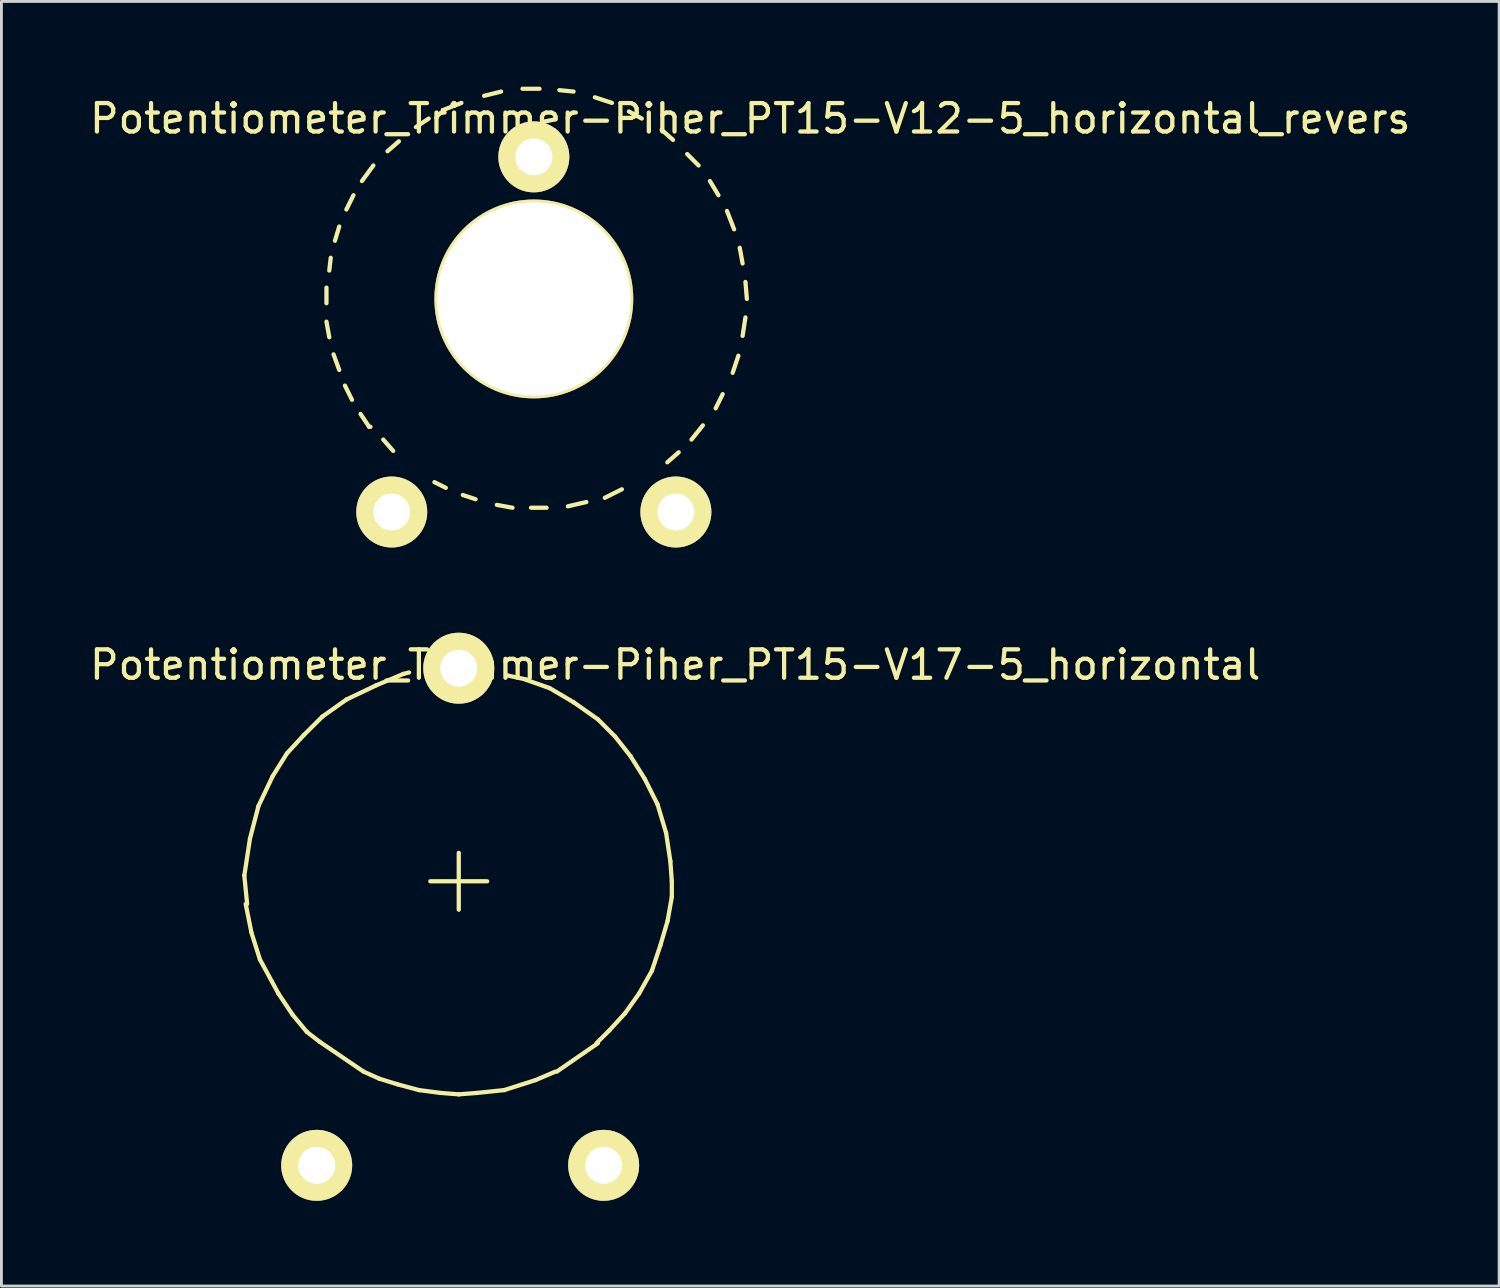
<source format=kicad_pcb>
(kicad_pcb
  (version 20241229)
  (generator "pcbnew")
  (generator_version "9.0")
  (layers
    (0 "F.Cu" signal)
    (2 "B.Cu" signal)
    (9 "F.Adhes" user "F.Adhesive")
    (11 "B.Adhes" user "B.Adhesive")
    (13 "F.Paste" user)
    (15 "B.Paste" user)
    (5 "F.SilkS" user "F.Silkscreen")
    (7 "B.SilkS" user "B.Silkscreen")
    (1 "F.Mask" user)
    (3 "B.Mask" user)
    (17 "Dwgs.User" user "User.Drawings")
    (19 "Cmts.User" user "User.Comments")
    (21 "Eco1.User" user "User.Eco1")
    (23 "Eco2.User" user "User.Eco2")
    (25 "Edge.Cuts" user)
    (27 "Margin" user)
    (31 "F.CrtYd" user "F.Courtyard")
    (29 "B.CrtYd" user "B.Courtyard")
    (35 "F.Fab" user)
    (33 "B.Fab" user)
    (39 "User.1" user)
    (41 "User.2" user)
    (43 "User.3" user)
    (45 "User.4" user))
  (footprint "Potentiometer_Trimmer-Piher_PT15-V12-5_horizontal_revers"
    (layer "F.Cu")
    (at 20.744 14.975)
    (property "Reference" "Potentiometer_Trimmer-Piher_PT15-V12-5_horizontal_revers" (at 2.619 -13.851 0) (layer "F.SilkS") (effects (font (size 1 1) (thickness 0.15))))
    (attr through_hole)
    (fp_line (start -12.301 -7.899) (end -12.301 -7.351) (stroke (width 0.15) (type solid)) (layer "F.SilkS"))
    (fp_line (start -12.301 -6.701) (end -12.202 -6.152) (stroke (width 0.15) (type solid)) (layer "F.SilkS"))
    (fp_line (start -12.151 -8.951) (end -12.202 -8.501) (stroke (width 0.15) (type solid)) (layer "F.SilkS"))
    (fp_line (start -12.052 -5.55) (end -11.852 -5.001) (stroke (width 0.15) (type solid)) (layer "F.SilkS"))
    (fp_line (start -11.852 -10.051) (end -12.002 -9.55) (stroke (width 0.15) (type solid)) (layer "F.SilkS"))
    (fp_line (start -11.651 -4.45) (end -11.402 -3.95) (stroke (width 0.15) (type solid)) (layer "F.SilkS"))
    (fp_line (start -11.351 -11.151) (end -11.6 -10.65) (stroke (width 0.15) (type solid)) (layer "F.SilkS"))
    (fp_line (start -11.102 -3.452) (end -10.8 -3) (stroke (width 0.15) (type solid)) (layer "F.SilkS"))
    (fp_line (start -10.8 -3) (end -10.752 -3) (stroke (width 0.15) (type solid)) (layer "F.SilkS"))
    (fp_line (start -10.65 -12.2) (end -11.052 -11.651) (stroke (width 0.15) (type solid)) (layer "F.SilkS"))
    (fp_line (start -10.302 -2.55) (end -9.952 -2.151) (stroke (width 0.15) (type solid)) (layer "F.SilkS"))
    (fp_line (start -9.751 -13.051) (end -10.152 -12.7) (stroke (width 0.15) (type solid)) (layer "F.SilkS"))
    (fp_line (start -8.702 -13.851) (end -9.152 -13.551) (stroke (width 0.15) (type solid)) (layer "F.SilkS"))
    (fp_line (start -8.501 -1.052) (end -8.1 -0.851) (stroke (width 0.15) (type solid)) (layer "F.SilkS"))
    (fp_line (start -8.202 -14.15) (end -8.151 -14.15) (stroke (width 0.15) (type solid)) (layer "F.SilkS"))
    (fp_line (start -7.551 -14.402) (end -8.202 -14.15) (stroke (width 0.15) (type solid)) (layer "F.SilkS"))
    (fp_line (start -7.501 -0.599) (end -7.051 -0.45) (stroke (width 0.15) (type solid)) (layer "F.SilkS"))
    (fp_line (start -6.302 -0.251) (end -5.751 -0.15) (stroke (width 0.15) (type solid)) (layer "F.SilkS"))
    (fp_line (start -6.152 -14.801) (end -6.751 -14.651) (stroke (width 0.15) (type solid)) (layer "F.SilkS"))
    (fp_line (start -5.1 -0.15) (end -4.552 -0.15) (stroke (width 0.15) (type solid)) (layer "F.SilkS"))
    (fp_line (start -4.801 -14.9) (end -5.4 -14.9) (stroke (width 0.15) (type solid)) (layer "F.SilkS"))
    (fp_line (start -3.802 -0.201) (end -3.152 -0.351) (stroke (width 0.15) (type solid)) (layer "F.SilkS"))
    (fp_line (start -3.602 -14.801) (end -4.102 -14.851) (stroke (width 0.15) (type solid)) (layer "F.SilkS"))
    (fp_line (start -2.502 -0.5) (end -1.902 -0.8) (stroke (width 0.15) (type solid)) (layer "F.SilkS"))
    (fp_line (start -2.25 -14.402) (end -2.852 -14.6) (stroke (width 0.15) (type solid)) (layer "F.SilkS"))
    (fp_line (start -1.201 -13.851) (end -1.651 -14.1) (stroke (width 0.15) (type solid)) (layer "F.SilkS"))
    (fp_line (start -0.302 -1.75) (end 0.099 -2.101) (stroke (width 0.15) (type solid)) (layer "F.SilkS"))
    (fp_line (start -0.102 -13.101) (end -0.5 -13.452) (stroke (width 0.15) (type solid)) (layer "F.SilkS"))
    (fp_line (start 0.549 -2.55) (end 0.95 -3.051) (stroke (width 0.15) (type solid)) (layer "F.SilkS"))
    (fp_line (start 0.798 -12.2) (end 0.399 -12.601) (stroke (width 0.15) (type solid)) (layer "F.SilkS"))
    (fp_line (start 1.4 -3.65) (end 1.648 -4.15) (stroke (width 0.15) (type solid)) (layer "F.SilkS"))
    (fp_line (start 1.499 -11.151) (end 1.199 -11.651) (stroke (width 0.15) (type solid)) (layer "F.SilkS"))
    (fp_line (start 1.999 -4.9) (end 2.2 -5.502) (stroke (width 0.15) (type solid)) (layer "F.SilkS"))
    (fp_line (start 2.05 -9.952) (end 1.798 -10.599) (stroke (width 0.15) (type solid)) (layer "F.SilkS"))
    (fp_line (start 2.349 -8.75) (end 2.248 -9.301) (stroke (width 0.15) (type solid)) (layer "F.SilkS"))
    (fp_line (start 2.349 -6.2) (end 2.449 -6.85) (stroke (width 0.15) (type solid)) (layer "F.SilkS"))
    (fp_line (start 2.499 -7.501) (end 2.449 -8.1) (stroke (width 0.15) (type solid)) (layer "F.SilkS"))
    (pad "" np_thru_hole circle (at -5.001 -7.501) (size 7 7) (drill 6.8) (layers "*.Cu" "*.Mask" "F.SilkS"))
    (pad "1" thru_hole circle (at 0 0) (size 2.499 2.499) (drill 1.3) (layers "*.Cu" "*.Mask" "F.SilkS"))
    (pad "2" thru_hole circle (at -5.001 -12.502) (size 2.499 2.499) (drill 1.3) (layers "*.Cu" "*.Mask" "F.SilkS"))
    (pad "3" thru_hole circle (at -10.003 0) (size 2.499 2.499) (drill 1.3) (layers "*.Cu" "*.Mask" "F.SilkS")))
  (footprint "Potentiometer_Trimmer-Piher_PT15-V17-5_horizontal"
    (layer "F.Cu")
    (at 8.099 37.975)
    (property "Reference" "Potentiometer_Trimmer-Piher_PT15-V17-5_horizontal" (at 12.621 -17.62 0) (layer "F.SilkS") (effects (font (size 1 1) (thickness 0.15))))
    (attr through_hole)
    (fp_line (start -2.548 -10.201) (end -2.449 -9.2) (stroke (width 0.15) (type solid)) (layer "F.SilkS"))
    (fp_line (start -2.499 -9.2) (end -2.299 -8.199) (stroke (width 0.15) (type solid)) (layer "F.SilkS"))
    (fp_line (start -2.349 -11.501) (end -2.548 -10.201) (stroke (width 0.15) (type solid)) (layer "F.SilkS"))
    (fp_line (start -2.299 -8.199) (end -1.999 -7.249) (stroke (width 0.15) (type solid)) (layer "F.SilkS"))
    (fp_line (start -2.05 -12.649) (end -2.349 -11.501) (stroke (width 0.15) (type solid)) (layer "F.SilkS"))
    (fp_line (start -1.999 -7.249) (end -1.349 -6.05) (stroke (width 0.15) (type solid)) (layer "F.SilkS"))
    (fp_line (start -1.549 -13.701) (end -2.05 -12.649) (stroke (width 0.15) (type solid)) (layer "F.SilkS"))
    (fp_line (start -1.349 -6.05) (end -0.848 -5.301) (stroke (width 0.15) (type solid)) (layer "F.SilkS"))
    (fp_line (start -1.049 -14.501) (end -1.549 -13.701) (stroke (width 0.15) (type solid)) (layer "F.SilkS"))
    (fp_line (start -0.848 -5.301) (end -0.348 -4.699) (stroke (width 0.15) (type solid)) (layer "F.SilkS"))
    (fp_line (start -0.45 -15.151) (end -1.049 -14.501) (stroke (width 0.15) (type solid)) (layer "F.SilkS"))
    (fp_line (start -0.348 -4.699) (end 0.102 -4.351) (stroke (width 0.15) (type solid)) (layer "F.SilkS"))
    (fp_line (start 0.201 -15.799) (end -0.45 -15.151) (stroke (width 0.15) (type solid)) (layer "F.SilkS"))
    (fp_line (start 1.052 -16.401) (end 0.201 -15.799) (stroke (width 0.15) (type solid)) (layer "F.SilkS"))
    (fp_line (start 1.651 -3.299) (end 0.102 -4.351) (stroke (width 0.15) (type solid)) (layer "F.SilkS"))
    (fp_line (start 1.651 -3.299) (end 2.202 -3.051) (stroke (width 0.15) (type solid)) (layer "F.SilkS"))
    (fp_line (start 2.101 -16.901) (end 1.052 -16.401) (stroke (width 0.15) (type solid)) (layer "F.SilkS"))
    (fp_line (start 2.202 -3.051) (end 2.852 -2.85) (stroke (width 0.15) (type solid)) (layer "F.SilkS"))
    (fp_line (start 2.852 -2.85) (end 3.602 -2.649) (stroke (width 0.15) (type solid)) (layer "F.SilkS"))
    (fp_line (start 3.051 -17.3) (end 2.101 -16.901) (stroke (width 0.15) (type solid)) (layer "F.SilkS"))
    (fp_line (start 3.051 -17.3) (end 3.251 -17.351) (stroke (width 0.15) (type solid)) (layer "F.SilkS"))
    (fp_line (start 3.602 -2.649) (end 4.351 -2.55) (stroke (width 0.15) (type solid)) (layer "F.SilkS"))
    (fp_line (start 4 -10) (end 6.002 -10) (stroke (width 0.15) (type solid)) (layer "F.SilkS"))
    (fp_line (start 4.351 -2.55) (end 5.001 -2.499) (stroke (width 0.15) (type solid)) (layer "F.SilkS"))
    (fp_line (start 5.001 -11.001) (end 5.001 -8.999) (stroke (width 0.15) (type solid)) (layer "F.SilkS"))
    (fp_line (start 5.001 -2.499) (end 5.652 -2.55) (stroke (width 0.15) (type solid)) (layer "F.SilkS"))
    (fp_line (start 5.652 -2.55) (end 6.601 -2.649) (stroke (width 0.15) (type solid)) (layer "F.SilkS"))
    (fp_line (start 6.601 -2.649) (end 7.701 -3) (stroke (width 0.15) (type solid)) (layer "F.SilkS"))
    (fp_line (start 7.402 -17.099) (end 6.701 -17.249) (stroke (width 0.15) (type solid)) (layer "F.SilkS"))
    (fp_line (start 7.701 -3) (end 8.402 -3.299) (stroke (width 0.15) (type solid)) (layer "F.SilkS"))
    (fp_line (start 8.202 -16.8) (end 7.351 -17.099) (stroke (width 0.15) (type solid)) (layer "F.SilkS"))
    (fp_line (start 9.05 -16.299) (end 8.202 -16.8) (stroke (width 0.15) (type solid)) (layer "F.SilkS"))
    (fp_line (start 9.85 -4.3) (end 10.302 -4.75) (stroke (width 0.15) (type solid)) (layer "F.SilkS"))
    (fp_line (start 9.901 -15.7) (end 9.05 -16.299) (stroke (width 0.15) (type solid)) (layer "F.SilkS"))
    (fp_line (start 9.901 -4.3) (end 8.451 -3.299) (stroke (width 0.15) (type solid)) (layer "F.SilkS"))
    (fp_line (start 10.302 -4.75) (end 10.851 -5.349) (stroke (width 0.15) (type solid)) (layer "F.SilkS"))
    (fp_line (start 10.5 -15.1) (end 9.901 -15.7) (stroke (width 0.15) (type solid)) (layer "F.SilkS"))
    (fp_line (start 10.851 -5.349) (end 11.351 -6.05) (stroke (width 0.15) (type solid)) (layer "F.SilkS"))
    (fp_line (start 11.052 -14.399) (end 10.5 -15.1) (stroke (width 0.15) (type solid)) (layer "F.SilkS"))
    (fp_line (start 11.351 -6.05) (end 11.801 -6.85) (stroke (width 0.15) (type solid)) (layer "F.SilkS"))
    (fp_line (start 11.552 -13.599) (end 11.052 -14.399) (stroke (width 0.15) (type solid)) (layer "F.SilkS"))
    (fp_line (start 11.801 -6.85) (end 12.101 -7.75) (stroke (width 0.15) (type solid)) (layer "F.SilkS"))
    (fp_line (start 12.002 -12.7) (end 11.552 -13.599) (stroke (width 0.15) (type solid)) (layer "F.SilkS"))
    (fp_line (start 12.101 -7.75) (end 12.352 -8.6) (stroke (width 0.15) (type solid)) (layer "F.SilkS"))
    (fp_line (start 12.301 -11.699) (end 12.002 -12.7) (stroke (width 0.15) (type solid)) (layer "F.SilkS"))
    (fp_line (start 12.352 -8.6) (end 12.502 -9.449) (stroke (width 0.15) (type solid)) (layer "F.SilkS"))
    (fp_line (start 12.451 -10.701) (end 12.301 -11.699) (stroke (width 0.15) (type solid)) (layer "F.SilkS"))
    (fp_line (start 12.502 -10) (end 12.451 -10.701) (stroke (width 0.15) (type solid)) (layer "F.SilkS"))
    (fp_line (start 12.502 -9.449) (end 12.502 -10) (stroke (width 0.15) (type solid)) (layer "F.SilkS"))
    (pad "1" thru_hole circle (at 0 0) (size 2.499 2.499) (drill 1.3) (layers "*.Cu" "*.Mask" "F.SilkS"))
    (pad "2" thru_hole circle (at 5.001 -17.501) (size 2.499 2.499) (drill 1.3) (layers "*.Cu" "*.Mask" "F.SilkS"))
    (pad "3" thru_hole circle (at 10.102 0) (size 2.499 2.499) (drill 1.3) (layers "*.Cu" "*.Mask" "F.SilkS")))
  (gr_rect
    (start -3 -3)
    (end 49.726 42.224)
    (stroke (width 0.1) (type default))
    (fill no)
    (layer "Edge.Cuts")))
</source>
